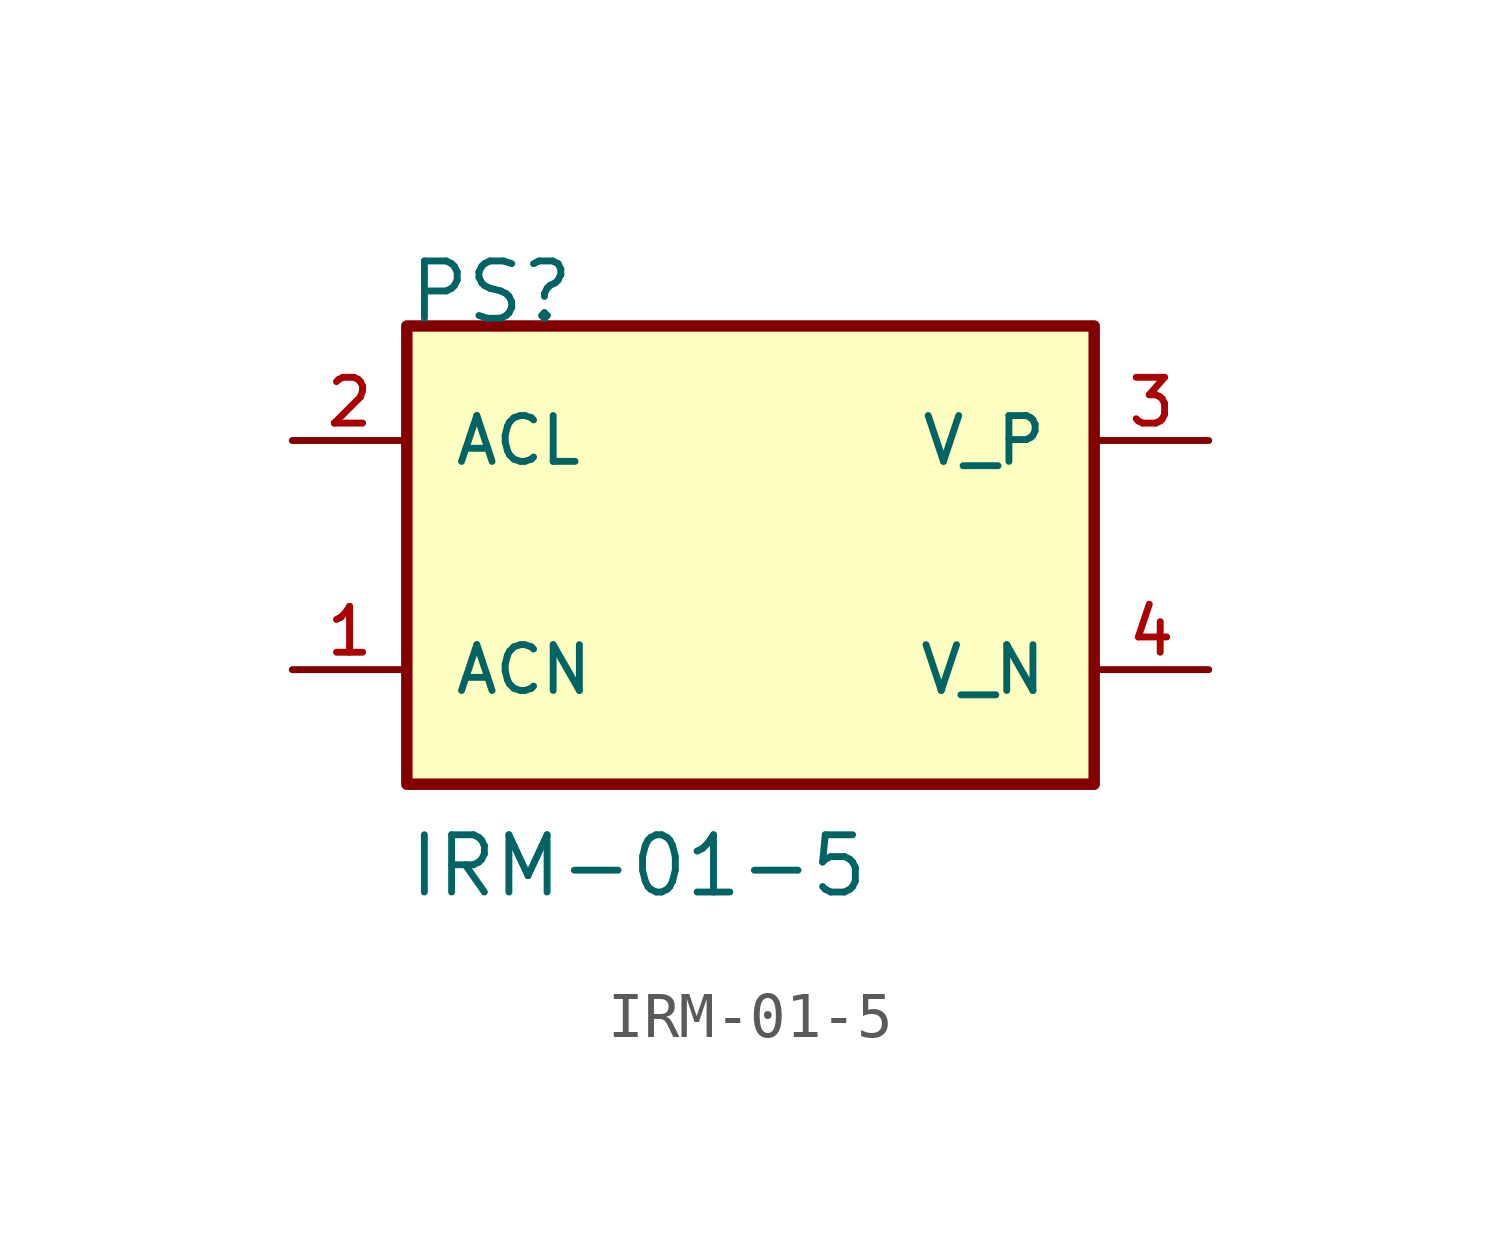
<source format=kicad_sym>
(kicad_symbol_lib
  (version 20211014)
  (generator kicad_symbol_editor)
  (symbol "IRM-01-5"
    (pin_names
      (offset 1.016))
    (property "Reference" "PS"
      (at -7.632 5.088 0)
      (effects (font (size 1.27 1.27)) (justify bottom left)))
    (property "Value" "IRM-01-5"
      (at -7.634 -7.634 0)
      (effects (font (size 1.27 1.27)) (justify bottom left)))
    (symbol "IRM-01-5_0_0"
      (rectangle (start -7.62 -5.08) (end 7.62 5.08) (stroke (width 0.254)) (fill (type background)))
      (pin input line (at -10.16 -2.54 0) (length 2.54) (name "ACN" (effects (font (size 1.016 1.016)))) (number "1" (effects (font (size 1.016 1.016)))))
      (pin input line (at -10.16 2.54 0) (length 2.54) (name "ACL" (effects (font (size 1.016 1.016)))) (number "2" (effects (font (size 1.016 1.016)))))
      (pin output line (at 10.16 2.54 180.0) (length 2.54) (name "V_P" (effects (font (size 1.016 1.016)))) (number "3" (effects (font (size 1.016 1.016)))))
      (pin output line (at 10.16 -2.54 180.0) (length 2.54) (name "V_N" (effects (font (size 1.016 1.016)))) (number "4" (effects (font (size 1.016 1.016))))))))
</source>
